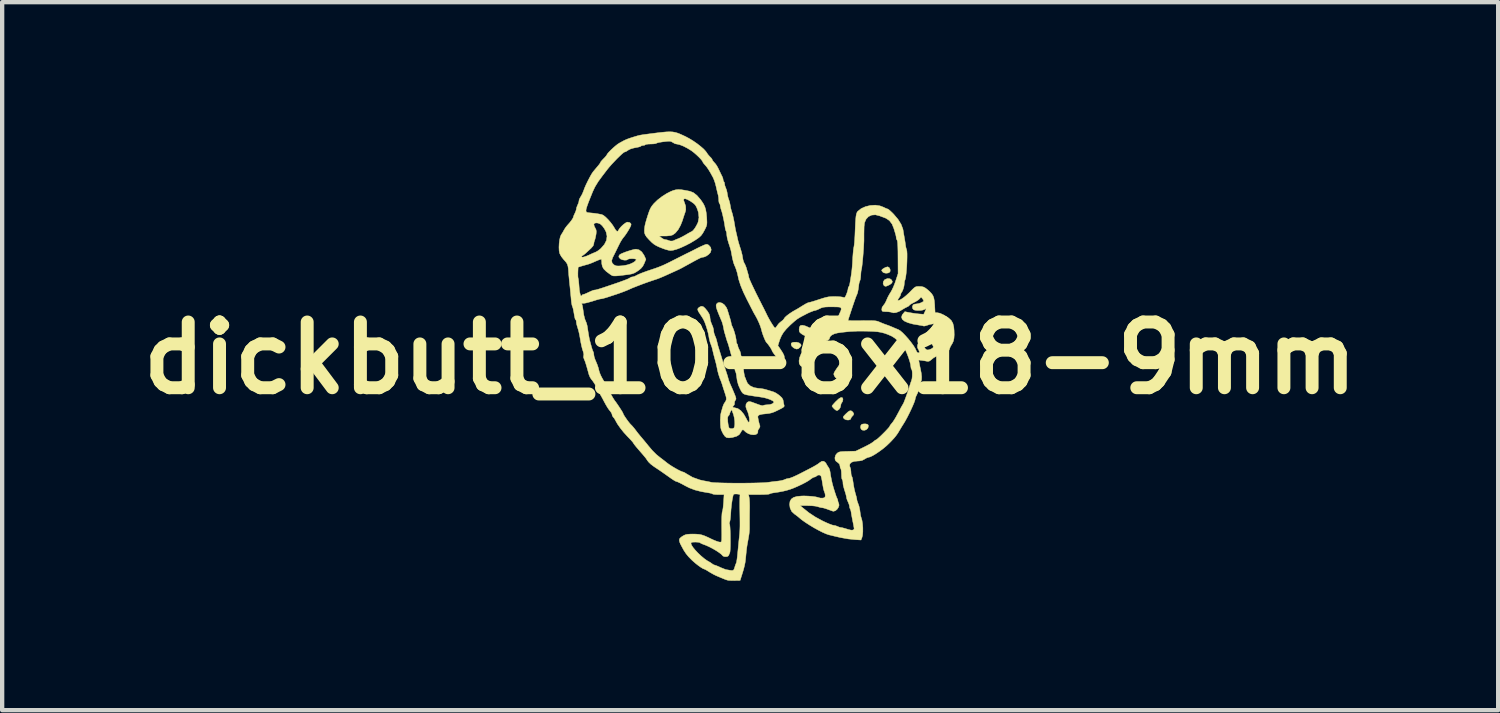
<source format=kicad_pcb>
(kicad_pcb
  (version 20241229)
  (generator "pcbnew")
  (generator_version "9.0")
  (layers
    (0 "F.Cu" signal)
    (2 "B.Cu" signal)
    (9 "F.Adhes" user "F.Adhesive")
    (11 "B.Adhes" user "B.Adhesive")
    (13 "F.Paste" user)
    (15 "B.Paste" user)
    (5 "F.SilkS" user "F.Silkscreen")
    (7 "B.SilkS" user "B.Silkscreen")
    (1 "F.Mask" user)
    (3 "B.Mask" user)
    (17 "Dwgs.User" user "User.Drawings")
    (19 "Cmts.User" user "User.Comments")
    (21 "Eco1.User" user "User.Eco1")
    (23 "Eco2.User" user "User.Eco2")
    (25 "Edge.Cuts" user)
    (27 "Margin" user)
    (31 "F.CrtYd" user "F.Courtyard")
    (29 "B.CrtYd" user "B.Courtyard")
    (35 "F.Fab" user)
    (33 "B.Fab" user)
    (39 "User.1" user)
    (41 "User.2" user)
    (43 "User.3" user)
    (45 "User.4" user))
  (footprint "dickbutt_10-6x18-9mm"
    (layer "F.Cu")
    (at 14.34 5.249)
    (property "Reference" "dickbutt_10-6x18-9mm" (at 0 0 0) (layer "F.SilkS") (effects (font (size 1.524 1.524) (thickness 0.3))))
    (attr through_hole)
    (fp_poly (pts (xy 2.67 1.527) (xy 2.714 1.535) (xy 2.735 1.552) (xy 2.74 1.572) (xy 2.732 1.618) (xy 2.702 1.654) (xy 2.658 1.675) (xy 2.611 1.675) (xy 2.577 1.656) (xy 2.559 1.618) (xy 2.562 1.572) (xy 2.581 1.542) (xy 2.613 1.53) (xy 2.661 1.527) (xy 2.67 1.527)) (stroke (width 0.01) (type solid)) (fill yes) (layer "F.SilkS"))
    (fp_poly (pts (xy 3.224 -2.094) (xy 3.244 -2.056) (xy 3.246 -2.014) (xy 3.235 -1.991) (xy 3.2 -1.971) (xy 3.149 -1.965) (xy 3.1 -1.975) (xy 3.075 -1.991) (xy 3.053 -2.019) (xy 3.048 -2.033) (xy 3.062 -2.055) (xy 3.097 -2.079) (xy 3.139 -2.101) (xy 3.178 -2.112) (xy 3.192 -2.113) (xy 3.224 -2.094)) (stroke (width 0.01) (type solid)) (fill yes) (layer "F.SilkS"))
    (fp_poly (pts (xy 3.24 -1.837) (xy 3.277 -1.811) (xy 3.297 -1.774) (xy 3.285 -1.739) (xy 3.241 -1.703) (xy 3.216 -1.69) (xy 3.165 -1.667) (xy 3.133 -1.662) (xy 3.11 -1.673) (xy 3.102 -1.68) (xy 3.082 -1.721) (xy 3.087 -1.769) (xy 3.113 -1.81) (xy 3.124 -1.818) (xy 3.184 -1.843) (xy 3.24 -1.837)) (stroke (width 0.01) (type solid)) (fill yes) (layer "F.SilkS"))
    (fp_poly (pts (xy 1.133 -0.351) (xy 1.173 -0.32) (xy 1.175 -0.317) (xy 1.182 -0.291) (xy 1.164 -0.26) (xy 1.152 -0.246) (xy 1.113 -0.214) (xy 1.074 -0.207) (xy 1.025 -0.226) (xy 1.008 -0.235) (xy 0.965 -0.274) (xy 0.951 -0.309) (xy 0.952 -0.34) (xy 0.971 -0.356) (xy 1.006 -0.365) (xy 1.073 -0.367) (xy 1.133 -0.351)) (stroke (width 0.01) (type solid)) (fill yes) (layer "F.SilkS"))
    (fp_poly (pts (xy 2.347 1.226) (xy 2.377 1.25) (xy 2.401 1.287) (xy 2.396 1.318) (xy 2.371 1.346) (xy 2.345 1.376) (xy 2.337 1.398) (xy 2.323 1.424) (xy 2.288 1.437) (xy 2.244 1.437) (xy 2.2 1.423) (xy 2.176 1.405) (xy 2.16 1.385) (xy 2.158 1.368) (xy 2.172 1.344) (xy 2.207 1.307) (xy 2.219 1.295) (xy 2.272 1.246) (xy 2.313 1.223) (xy 2.347 1.226)) (stroke (width 0.01) (type solid)) (fill yes) (layer "F.SilkS"))
    (fp_poly (pts (xy 2.148 0.94) (xy 2.151 0.963) (xy 2.142 1.006) (xy 2.125 1.033) (xy 2.106 1.065) (xy 2.1 1.103) (xy 2.088 1.149) (xy 2.061 1.19) (xy 2.025 1.216) (xy 2.01 1.219) (xy 1.984 1.208) (xy 1.95 1.18) (xy 1.942 1.172) (xy 1.913 1.139) (xy 1.897 1.116) (xy 1.897 1.114) (xy 1.907 1.097) (xy 1.936 1.063) (xy 1.977 1.018) (xy 1.986 1.009) (xy 2.049 0.95) (xy 2.098 0.919) (xy 2.131 0.915) (xy 2.148 0.94)) (stroke (width 0.01) (type solid)) (fill yes) (layer "F.SilkS"))
    (fp_poly (pts (xy 2.194 0.086) (xy 2.216 0.124) (xy 2.213 0.175) (xy 2.185 0.232) (xy 2.167 0.255) (xy 2.133 0.3) (xy 2.109 0.344) (xy 2.106 0.355) (xy 2.082 0.42) (xy 2.05 0.46) (xy 2.014 0.472) (xy 1.979 0.455) (xy 1.954 0.418) (xy 1.942 0.391) (xy 1.939 0.369) (xy 1.946 0.343) (xy 1.966 0.306) (xy 2.002 0.251) (xy 2.015 0.232) (xy 2.071 0.153) (xy 2.115 0.103) (xy 2.15 0.078) (xy 2.179 0.077) (xy 2.194 0.086)) (stroke (width 0.01) (type solid)) (fill yes) (layer "F.SilkS"))
    (fp_poly (pts (xy -1.602 -3.902) (xy -1.519 -3.889) (xy -1.411 -3.868) (xy -1.394 -3.864) (xy -1.314 -3.832) (xy -1.234 -3.769) (xy -1.151 -3.673) (xy -1.119 -3.628) (xy -1.079 -3.566) (xy -1.051 -3.506) (xy -1.031 -3.439) (xy -1.017 -3.358) (xy -1.007 -3.254) (xy -1.005 -3.215) (xy -1.002 -3.146) (xy -1.005 -3.096) (xy -1.017 -3.051) (xy -1.042 -2.996) (xy -1.055 -2.97) (xy -1.098 -2.893) (xy -1.139 -2.837) (xy -1.19 -2.79) (xy -1.261 -2.741) (xy -1.262 -2.74) (xy -1.375 -2.672) (xy -1.491 -2.611) (xy -1.602 -2.56) (xy -1.703 -2.521) (xy -1.787 -2.498) (xy -1.846 -2.491) (xy -1.891 -2.498) (xy -1.955 -2.515) (xy -2.022 -2.538) (xy -2.024 -2.539) (xy -2.112 -2.574) (xy -2.177 -2.605) (xy -2.229 -2.637) (xy -2.277 -2.676) (xy -2.329 -2.728) (xy -2.34 -2.739) (xy -2.397 -2.802) (xy -2.414 -2.828) (xy -2.108 -2.828) (xy -2.057 -2.786) (xy -2.013 -2.758) (xy -1.97 -2.744) (xy -1.964 -2.744) (xy -1.921 -2.736) (xy -1.897 -2.726) (xy -1.857 -2.713) (xy -1.81 -2.711) (xy -1.773 -2.72) (xy -1.769 -2.723) (xy -1.743 -2.736) (xy -1.7 -2.754) (xy -1.686 -2.759) (xy -1.638 -2.779) (xy -1.575 -2.81) (xy -1.508 -2.847) (xy -1.499 -2.852) (xy -1.44 -2.887) (xy -1.389 -2.915) (xy -1.356 -2.932) (xy -1.351 -2.934) (xy -1.323 -2.956) (xy -1.287 -3.001) (xy -1.251 -3.059) (xy -1.219 -3.12) (xy -1.207 -3.15) (xy -1.187 -3.255) (xy -1.199 -3.37) (xy -1.218 -3.435) (xy -1.244 -3.499) (xy -1.27 -3.544) (xy -1.305 -3.58) (xy -1.358 -3.618) (xy -1.383 -3.635) (xy -1.455 -3.675) (xy -1.506 -3.693) (xy -1.536 -3.687) (xy -1.543 -3.659) (xy -1.525 -3.609) (xy -1.523 -3.605) (xy -1.496 -3.523) (xy -1.492 -3.437) (xy -1.505 -3.383) (xy -1.517 -3.35) (xy -1.536 -3.294) (xy -1.558 -3.226) (xy -1.567 -3.194) (xy -1.613 -3.077) (xy -1.669 -2.976) (xy -1.733 -2.899) (xy -1.794 -2.854) (xy -1.849 -2.837) (xy -1.932 -2.829) (xy -1.976 -2.828) (xy -2.108 -2.828) (xy -2.414 -2.828) (xy -2.432 -2.853) (xy -2.449 -2.901) (xy -2.452 -2.956) (xy -2.449 -2.997) (xy -2.444 -3.04) (xy -2.438 -3.078) (xy -2.428 -3.119) (xy -2.414 -3.171) (xy -2.393 -3.241) (xy -2.367 -3.323) (xy -2.338 -3.407) (xy -2.311 -3.47) (xy -2.279 -3.522) (xy -2.237 -3.574) (xy -2.23 -3.582) (xy -2.148 -3.662) (xy -2.045 -3.742) (xy -1.936 -3.812) (xy -1.844 -3.859) (xy -1.782 -3.884) (xy -1.726 -3.899) (xy -1.669 -3.905) (xy -1.602 -3.902)) (stroke (width 0.01) (type solid)) (fill yes) (layer "F.SilkS"))
    (fp_poly (pts (xy -0.65 -1.272) (xy -0.596 -1.231) (xy -0.552 -1.172) (xy -0.528 -1.118) (xy -0.514 -1.07) (xy -0.494 -1.005) (xy -0.476 -0.946) (xy -0.458 -0.885) (xy -0.445 -0.835) (xy -0.44 -0.806) (xy -0.433 -0.773) (xy -0.415 -0.728) (xy -0.408 -0.715) (xy -0.383 -0.654) (xy -0.359 -0.578) (xy -0.338 -0.497) (xy -0.325 -0.426) (xy -0.322 -0.389) (xy -0.316 -0.351) (xy -0.305 -0.33) (xy -0.29 -0.306) (xy -0.288 -0.287) (xy -0.28 -0.252) (xy -0.26 -0.206) (xy -0.254 -0.195) (xy -0.232 -0.147) (xy -0.221 -0.107) (xy -0.22 -0.1) (xy -0.212 -0.055) (xy -0.204 -0.035) (xy -0.194 -0.005) (xy -0.183 0.05) (xy -0.173 0.118) (xy -0.169 0.146) (xy -0.156 0.253) (xy -0.146 0.331) (xy -0.137 0.385) (xy -0.13 0.42) (xy -0.124 0.441) (xy -0.119 0.449) (xy -0.106 0.477) (xy -0.096 0.509) (xy -0.061 0.587) (xy 0.001 0.646) (xy 0.087 0.686) (xy 0.188 0.703) (xy 0.253 0.709) (xy 0.314 0.719) (xy 0.343 0.726) (xy 0.395 0.741) (xy 0.457 0.76) (xy 0.474 0.765) (xy 0.542 0.786) (xy 0.595 0.811) (xy 0.647 0.845) (xy 0.689 0.878) (xy 0.736 0.923) (xy 0.761 0.967) (xy 0.767 0.996) (xy 0.776 1.049) (xy 0.786 1.093) (xy 0.787 1.095) (xy 0.79 1.114) (xy 0.781 1.131) (xy 0.756 1.151) (xy 0.709 1.177) (xy 0.649 1.207) (xy 0.568 1.246) (xy 0.503 1.27) (xy 0.441 1.284) (xy 0.368 1.293) (xy 0.367 1.293) (xy 0.28 1.302) (xy 0.222 1.315) (xy 0.19 1.332) (xy 0.178 1.357) (xy 0.179 1.376) (xy 0.192 1.447) (xy 0.207 1.511) (xy 0.22 1.557) (xy 0.227 1.572) (xy 0.226 1.598) (xy 0.207 1.633) (xy 0.205 1.636) (xy 0.183 1.67) (xy 0.178 1.694) (xy 0.179 1.695) (xy 0.179 1.72) (xy 0.17 1.744) (xy 0.137 1.771) (xy 0.086 1.781) (xy 0.023 1.775) (xy -0.041 1.754) (xy -0.099 1.719) (xy -0.125 1.695) (xy -0.155 1.667) (xy -0.178 1.665) (xy -0.2 1.69) (xy -0.219 1.726) (xy -0.255 1.777) (xy -0.305 1.809) (xy -0.326 1.818) (xy -0.416 1.843) (xy -0.492 1.852) (xy -0.547 1.844) (xy -0.55 1.843) (xy -0.588 1.812) (xy -0.628 1.754) (xy -0.665 1.678) (xy -0.672 1.659) (xy -0.683 1.612) (xy -0.689 1.543) (xy -0.691 1.462) (xy -0.689 1.388) (xy -0.522 1.388) (xy -0.522 1.437) (xy -0.518 1.48) (xy -0.51 1.542) (xy -0.499 1.593) (xy -0.489 1.62) (xy -0.489 1.62) (xy -0.454 1.639) (xy -0.409 1.639) (xy -0.376 1.622) (xy -0.362 1.589) (xy -0.356 1.533) (xy -0.358 1.463) (xy -0.368 1.388) (xy -0.384 1.319) (xy -0.389 1.304) (xy -0.408 1.253) (xy -0.42 1.216) (xy -0.423 1.204) (xy -0.429 1.202) (xy -0.444 1.221) (xy -0.46 1.25) (xy -0.471 1.278) (xy -0.474 1.289) (xy -0.486 1.322) (xy -0.502 1.339) (xy -0.516 1.358) (xy -0.522 1.388) (xy -0.689 1.388) (xy -0.689 1.381) (xy -0.683 1.31) (xy -0.675 1.27) (xy -0.663 1.227) (xy -0.647 1.171) (xy -0.642 1.151) (xy -0.624 1.1) (xy -0.606 1.059) (xy -0.6 1.05) (xy -0.566 1) (xy -0.552 0.956) (xy -0.557 0.904) (xy -0.573 0.85) (xy -0.597 0.776) (xy -0.623 0.697) (xy -0.634 0.66) (xy -0.652 0.603) (xy -0.669 0.554) (xy -0.677 0.533) (xy -0.706 0.461) (xy -0.734 0.374) (xy -0.756 0.289) (xy -0.763 0.254) (xy -0.775 0.194) (xy -0.792 0.121) (xy -0.804 0.076) (xy -0.832 -0.027) (xy -0.852 -0.105) (xy -0.866 -0.165) (xy -0.873 -0.195) (xy -0.885 -0.244) (xy -0.897 -0.279) (xy -0.931 -0.373) (xy -0.952 -0.46) (xy -0.958 -0.5) (xy -0.972 -0.57) (xy -0.995 -0.658) (xy -1.024 -0.75) (xy -1.054 -0.833) (xy -1.078 -0.885) (xy -1.103 -0.929) (xy -1.139 -0.985) (xy -1.162 -1.019) (xy -1.2 -1.078) (xy -1.216 -1.118) (xy -1.211 -1.148) (xy -1.185 -1.173) (xy -1.182 -1.176) (xy -1.134 -1.199) (xy -1.092 -1.193) (xy -1.048 -1.156) (xy -0.987 -1.081) (xy -0.95 -1.019) (xy -0.933 -0.962) (xy -0.931 -0.931) (xy -0.922 -0.869) (xy -0.898 -0.799) (xy -0.889 -0.779) (xy -0.864 -0.719) (xy -0.849 -0.66) (xy -0.847 -0.635) (xy -0.838 -0.576) (xy -0.818 -0.52) (xy -0.794 -0.463) (xy -0.777 -0.406) (xy -0.747 -0.285) (xy -0.714 -0.178) (xy -0.701 -0.137) (xy -0.682 -0.075) (xy -0.661 -0.007) (xy -0.659 0) (xy -0.635 0.08) (xy -0.605 0.173) (xy -0.575 0.261) (xy -0.572 0.271) (xy -0.548 0.344) (xy -0.526 0.412) (xy -0.512 0.463) (xy -0.509 0.474) (xy -0.495 0.523) (xy -0.471 0.585) (xy -0.453 0.627) (xy -0.423 0.693) (xy -0.389 0.773) (xy -0.363 0.835) (xy -0.34 0.895) (xy -0.329 0.932) (xy -0.33 0.956) (xy -0.34 0.974) (xy -0.344 0.979) (xy -0.362 1.017) (xy -0.362 1.043) (xy -0.367 1.083) (xy -0.38 1.1) (xy -0.404 1.128) (xy -0.396 1.146) (xy -0.36 1.153) (xy -0.287 1.171) (xy -0.216 1.221) (xy -0.149 1.301) (xy -0.087 1.409) (xy -0.083 1.418) (xy -0.06 1.461) (xy -0.04 1.487) (xy -0.033 1.49) (xy -0.019 1.476) (xy -0.015 1.437) (xy -0.021 1.381) (xy -0.035 1.317) (xy -0.055 1.252) (xy -0.078 1.2) (xy -0.1 1.135) (xy -0.097 1.076) (xy -0.072 1.032) (xy -0.063 1.025) (xy -0.037 1.012) (xy -0.011 1.01) (xy 0.028 1.019) (xy 0.069 1.034) (xy 0.156 1.066) (xy 0.217 1.088) (xy 0.258 1.1) (xy 0.283 1.104) (xy 0.3 1.103) (xy 0.308 1.098) (xy 0.338 1.09) (xy 0.386 1.085) (xy 0.407 1.084) (xy 0.463 1.078) (xy 0.511 1.062) (xy 0.543 1.04) (xy 0.55 1.017) (xy 0.548 1.013) (xy 0.521 0.991) (xy 0.469 0.965) (xy 0.403 0.941) (xy 0.331 0.921) (xy 0.28 0.911) (xy 0.202 0.899) (xy 0.116 0.887) (xy 0.076 0.881) (xy -0.018 0.866) (xy -0.085 0.854) (xy -0.132 0.84) (xy -0.164 0.822) (xy -0.188 0.796) (xy -0.211 0.759) (xy -0.23 0.723) (xy -0.272 0.629) (xy -0.3 0.529) (xy -0.316 0.415) (xy -0.324 0.363) (xy -0.335 0.324) (xy -0.34 0.314) (xy -0.351 0.287) (xy -0.356 0.249) (xy -0.361 0.206) (xy -0.374 0.146) (xy -0.389 0.095) (xy -0.413 0.018) (xy -0.437 -0.066) (xy -0.449 -0.11) (xy -0.477 -0.212) (xy -0.498 -0.287) (xy -0.514 -0.338) (xy -0.524 -0.364) (xy -0.537 -0.401) (xy -0.553 -0.454) (xy -0.559 -0.474) (xy -0.575 -0.531) (xy -0.59 -0.58) (xy -0.594 -0.593) (xy -0.605 -0.636) (xy -0.616 -0.693) (xy -0.619 -0.711) (xy -0.634 -0.777) (xy -0.655 -0.844) (xy -0.66 -0.855) (xy -0.709 -0.97) (xy -0.745 -1.059) (xy -0.77 -1.126) (xy -0.784 -1.175) (xy -0.789 -1.21) (xy -0.786 -1.237) (xy -0.779 -1.252) (xy -0.749 -1.28) (xy -0.705 -1.287) (xy -0.65 -1.272)) (stroke (width 0.01) (type solid)) (fill yes) (layer "F.SilkS"))
    (fp_poly (pts (xy -1.8 -5.241) (xy -1.746 -5.232) (xy -1.694 -5.218) (xy -1.64 -5.198) (xy -1.579 -5.171) (xy -1.508 -5.138) (xy -1.499 -5.134) (xy -1.413 -5.088) (xy -1.321 -5.032) (xy -1.23 -4.969) (xy -1.147 -4.904) (xy -1.077 -4.843) (xy -1.028 -4.789) (xy -1.009 -4.762) (xy -0.981 -4.72) (xy -0.941 -4.674) (xy -0.933 -4.666) (xy -0.9 -4.632) (xy -0.882 -4.605) (xy -0.881 -4.599) (xy -0.87 -4.577) (xy -0.843 -4.543) (xy -0.836 -4.536) (xy -0.802 -4.498) (xy -0.773 -4.456) (xy -0.744 -4.403) (xy -0.708 -4.328) (xy -0.703 -4.318) (xy -0.677 -4.263) (xy -0.654 -4.217) (xy -0.643 -4.195) (xy -0.629 -4.153) (xy -0.627 -4.133) (xy -0.619 -4.1) (xy -0.61 -4.089) (xy -0.597 -4.066) (xy -0.593 -4.037) (xy -0.585 -3.992) (xy -0.566 -3.943) (xy -0.566 -3.943) (xy -0.547 -3.893) (xy -0.533 -3.831) (xy -0.531 -3.812) (xy -0.52 -3.752) (xy -0.505 -3.696) (xy -0.499 -3.683) (xy -0.481 -3.628) (xy -0.468 -3.573) (xy -0.45 -3.472) (xy -0.43 -3.397) (xy -0.423 -3.378) (xy -0.41 -3.335) (xy -0.393 -3.264) (xy -0.374 -3.173) (xy -0.356 -3.068) (xy -0.347 -3.014) (xy -0.339 -2.971) (xy -0.326 -2.915) (xy -0.322 -2.896) (xy -0.306 -2.83) (xy -0.292 -2.765) (xy -0.289 -2.752) (xy -0.277 -2.703) (xy -0.257 -2.635) (xy -0.234 -2.562) (xy -0.23 -2.551) (xy -0.207 -2.475) (xy -0.187 -2.398) (xy -0.176 -2.336) (xy -0.175 -2.331) (xy -0.164 -2.271) (xy -0.147 -2.219) (xy -0.137 -2.201) (xy -0.115 -2.158) (xy -0.093 -2.102) (xy -0.087 -2.083) (xy -0.07 -2.023) (xy -0.054 -1.968) (xy -0.05 -1.955) (xy -0.038 -1.912) (xy -0.034 -1.882) (xy -0.026 -1.854) (xy -0.004 -1.799) (xy 0.032 -1.719) (xy 0.08 -1.618) (xy 0.138 -1.498) (xy 0.206 -1.363) (xy 0.279 -1.219) (xy 0.314 -1.151) (xy 0.344 -1.09) (xy 0.366 -1.046) (xy 0.372 -1.033) (xy 0.401 -0.973) (xy 0.437 -0.906) (xy 0.476 -0.838) (xy 0.514 -0.777) (xy 0.546 -0.729) (xy 0.57 -0.7) (xy 0.578 -0.694) (xy 0.596 -0.708) (xy 0.621 -0.741) (xy 0.628 -0.753) (xy 0.667 -0.802) (xy 0.716 -0.844) (xy 0.72 -0.847) (xy 0.76 -0.878) (xy 0.785 -0.909) (xy 0.787 -0.914) (xy 0.808 -0.943) (xy 0.851 -0.982) (xy 0.911 -1.027) (xy 0.979 -1.072) (xy 1.027 -1.1) (xy 1.076 -1.127) (xy 1.117 -1.151) (xy 1.125 -1.156) (xy 1.22 -1.215) (xy 1.289 -1.256) (xy 1.336 -1.279) (xy 1.362 -1.287) (xy 1.363 -1.287) (xy 1.388 -1.292) (xy 1.438 -1.306) (xy 1.507 -1.327) (xy 1.586 -1.353) (xy 1.596 -1.356) (xy 1.689 -1.386) (xy 1.76 -1.406) (xy 1.82 -1.418) (xy 1.879 -1.423) (xy 1.948 -1.425) (xy 1.956 -1.425) (xy 2.03 -1.423) (xy 2.096 -1.418) (xy 2.142 -1.411) (xy 2.152 -1.408) (xy 2.178 -1.401) (xy 2.196 -1.407) (xy 2.213 -1.434) (xy 2.233 -1.479) (xy 2.253 -1.535) (xy 2.266 -1.583) (xy 2.269 -1.604) (xy 2.275 -1.637) (xy 2.284 -1.65) (xy 2.297 -1.671) (xy 2.308 -1.712) (xy 2.31 -1.723) (xy 2.33 -1.842) (xy 2.345 -1.938) (xy 2.356 -2.021) (xy 2.364 -2.102) (xy 2.371 -2.191) (xy 2.377 -2.299) (xy 2.379 -2.337) (xy 2.385 -2.418) (xy 2.392 -2.493) (xy 2.4 -2.551) (xy 2.405 -2.574) (xy 2.411 -2.612) (xy 2.418 -2.676) (xy 2.424 -2.758) (xy 2.429 -2.85) (xy 2.43 -2.879) (xy 2.436 -3.02) (xy 2.441 -3.132) (xy 2.447 -3.218) (xy 2.453 -3.282) (xy 2.461 -3.328) (xy 2.471 -3.361) (xy 2.482 -3.385) (xy 2.495 -3.401) (xy 2.574 -3.464) (xy 2.674 -3.509) (xy 2.785 -3.536) (xy 2.9 -3.543) (xy 3.008 -3.527) (xy 3.083 -3.499) (xy 3.134 -3.475) (xy 3.174 -3.458) (xy 3.19 -3.454) (xy 3.209 -3.443) (xy 3.246 -3.412) (xy 3.294 -3.367) (xy 3.328 -3.332) (xy 3.427 -3.215) (xy 3.498 -3.101) (xy 3.54 -2.991) (xy 3.547 -2.955) (xy 3.556 -2.897) (xy 3.568 -2.828) (xy 3.574 -2.794) (xy 3.586 -2.724) (xy 3.597 -2.653) (xy 3.6 -2.625) (xy 3.609 -2.57) (xy 3.621 -2.524) (xy 3.626 -2.514) (xy 3.633 -2.479) (xy 3.637 -2.419) (xy 3.637 -2.338) (xy 3.635 -2.244) (xy 3.631 -2.145) (xy 3.624 -2.047) (xy 3.616 -1.957) (xy 3.606 -1.881) (xy 3.595 -1.828) (xy 3.589 -1.809) (xy 3.577 -1.772) (xy 3.573 -1.724) (xy 3.566 -1.666) (xy 3.549 -1.603) (xy 3.527 -1.548) (xy 3.508 -1.52) (xy 3.49 -1.486) (xy 3.488 -1.472) (xy 3.478 -1.439) (xy 3.454 -1.401) (xy 3.427 -1.36) (xy 3.422 -1.337) (xy 3.437 -1.333) (xy 3.467 -1.343) (xy 3.511 -1.368) (xy 3.563 -1.404) (xy 3.62 -1.451) (xy 3.68 -1.506) (xy 3.705 -1.531) (xy 3.76 -1.588) (xy 3.8 -1.625) (xy 3.83 -1.646) (xy 3.858 -1.656) (xy 3.891 -1.659) (xy 3.917 -1.659) (xy 3.975 -1.656) (xy 4.022 -1.644) (xy 4.067 -1.619) (xy 4.12 -1.577) (xy 4.158 -1.543) (xy 4.203 -1.496) (xy 4.236 -1.448) (xy 4.257 -1.393) (xy 4.27 -1.322) (xy 4.278 -1.227) (xy 4.279 -1.198) (xy 4.287 -1.05) (xy 4.337 -1.05) (xy 4.399 -1.038) (xy 4.477 -1.003) (xy 4.568 -0.949) (xy 4.606 -0.922) (xy 4.662 -0.87) (xy 4.699 -0.805) (xy 4.72 -0.719) (xy 4.727 -0.643) (xy 4.73 -0.537) (xy 4.725 -0.457) (xy 4.712 -0.395) (xy 4.69 -0.345) (xy 4.68 -0.328) (xy 4.648 -0.275) (xy 4.624 -0.222) (xy 4.62 -0.208) (xy 4.593 -0.147) (xy 4.552 -0.113) (xy 4.489 -0.102) (xy 4.48 -0.102) (xy 4.396 -0.086) (xy 4.345 -0.059) (xy 4.305 -0.034) (xy 4.278 -0.019) (xy 4.273 -0.017) (xy 4.256 -0.007) (xy 4.223 0.019) (xy 4.204 0.035) (xy 4.16 0.069) (xy 4.125 0.079) (xy 4.1 0.076) (xy 4.054 0.067) (xy 3.996 0.058) (xy 3.981 0.056) (xy 3.907 0.047) (xy 3.917 0.104) (xy 3.927 0.156) (xy 3.94 0.22) (xy 3.946 0.246) (xy 3.966 0.349) (xy 3.975 0.436) (xy 3.973 0.502) (xy 3.965 0.531) (xy 3.954 0.558) (xy 3.943 0.594) (xy 3.931 0.646) (xy 3.917 0.719) (xy 3.902 0.765) (xy 3.877 0.821) (xy 3.867 0.841) (xy 3.843 0.891) (xy 3.829 0.934) (xy 3.827 0.947) (xy 3.819 0.981) (xy 3.798 1.039) (xy 3.767 1.113) (xy 3.728 1.199) (xy 3.685 1.288) (xy 3.641 1.375) (xy 3.598 1.454) (xy 3.56 1.518) (xy 3.556 1.524) (xy 3.516 1.587) (xy 3.476 1.654) (xy 3.463 1.676) (xy 3.424 1.741) (xy 3.383 1.799) (xy 3.335 1.858) (xy 3.271 1.927) (xy 3.23 1.969) (xy 3.161 2.035) (xy 3.082 2.101) (xy 2.998 2.163) (xy 2.916 2.219) (xy 2.841 2.264) (xy 2.779 2.293) (xy 2.738 2.303) (xy 2.71 2.312) (xy 2.668 2.334) (xy 2.652 2.345) (xy 2.596 2.374) (xy 2.535 2.386) (xy 2.498 2.388) (xy 2.411 2.396) (xy 2.348 2.418) (xy 2.312 2.454) (xy 2.305 2.501) (xy 2.318 2.537) (xy 2.33 2.576) (xy 2.336 2.629) (xy 2.337 2.646) (xy 2.34 2.695) (xy 2.348 2.729) (xy 2.352 2.736) (xy 2.364 2.762) (xy 2.375 2.806) (xy 2.377 2.819) (xy 2.396 2.944) (xy 2.414 3.043) (xy 2.434 3.122) (xy 2.444 3.158) (xy 2.46 3.213) (xy 2.47 3.258) (xy 2.472 3.274) (xy 2.479 3.311) (xy 2.495 3.357) (xy 2.496 3.359) (xy 2.524 3.437) (xy 2.543 3.529) (xy 2.551 3.59) (xy 2.559 3.645) (xy 2.57 3.69) (xy 2.574 3.7) (xy 2.592 3.762) (xy 2.605 3.845) (xy 2.612 3.937) (xy 2.612 4.029) (xy 2.605 4.109) (xy 2.591 4.165) (xy 2.569 4.219) (xy 2.44 4.211) (xy 2.272 4.194) (xy 2.098 4.163) (xy 1.998 4.14) (xy 1.93 4.124) (xy 1.867 4.108) (xy 1.829 4.1) (xy 1.764 4.078) (xy 1.679 4.041) (xy 1.581 3.991) (xy 1.476 3.933) (xy 1.372 3.87) (xy 1.275 3.807) (xy 1.192 3.748) (xy 1.154 3.716) (xy 1.103 3.673) (xy 1.054 3.636) (xy 1.028 3.618) (xy 0.964 3.559) (xy 0.926 3.479) (xy 0.914 3.394) (xy 0.924 3.323) (xy 0.954 3.27) (xy 1.007 3.232) (xy 1.086 3.209) (xy 1.193 3.199) (xy 1.253 3.198) (xy 1.346 3.201) (xy 1.436 3.208) (xy 1.512 3.218) (xy 1.568 3.23) (xy 1.585 3.236) (xy 1.626 3.247) (xy 1.677 3.248) (xy 1.678 3.248) (xy 1.718 3.24) (xy 1.736 3.22) (xy 1.741 3.197) (xy 1.737 3.149) (xy 1.722 3.104) (xy 1.708 3.066) (xy 1.694 3.005) (xy 1.681 2.932) (xy 1.676 2.904) (xy 1.665 2.834) (xy 1.653 2.776) (xy 1.642 2.738) (xy 1.638 2.731) (xy 1.604 2.711) (xy 1.564 2.717) (xy 1.541 2.735) (xy 1.508 2.756) (xy 1.489 2.76) (xy 1.457 2.771) (xy 1.416 2.798) (xy 1.401 2.809) (xy 1.354 2.843) (xy 1.284 2.884) (xy 1.197 2.929) (xy 1.103 2.973) (xy 1.008 3.014) (xy 0.922 3.046) (xy 0.914 3.048) (xy 0.841 3.07) (xy 0.761 3.089) (xy 0.666 3.107) (xy 0.547 3.125) (xy 0.533 3.127) (xy 0.486 3.136) (xy 0.454 3.148) (xy 0.45 3.151) (xy 0.428 3.157) (xy 0.378 3.161) (xy 0.309 3.165) (xy 0.225 3.166) (xy 0.198 3.167) (xy -0.038 3.167) (xy -0.024 3.23) (xy -0.018 3.275) (xy -0.014 3.343) (xy -0.012 3.421) (xy -0.012 3.459) (xy -0.014 3.602) (xy -0.015 3.724) (xy -0.015 3.836) (xy -0.015 3.916) (xy -0.015 3.967) (xy -0.019 4.019) (xy -0.025 4.079) (xy -0.037 4.153) (xy -0.054 4.25) (xy -0.068 4.326) (xy -0.078 4.39) (xy -0.088 4.473) (xy -0.097 4.562) (xy -0.1 4.597) (xy -0.108 4.676) (xy -0.117 4.744) (xy -0.131 4.813) (xy -0.15 4.889) (xy -0.178 4.983) (xy -0.201 5.055) (xy -0.233 5.156) (xy -0.349 5.158) (xy -0.415 5.159) (xy -0.473 5.157) (xy -0.508 5.154) (xy -0.533 5.148) (xy -0.568 5.137) (xy -0.616 5.118) (xy -0.683 5.09) (xy -0.775 5.051) (xy -0.796 5.042) (xy -0.854 5.013) (xy -0.921 4.975) (xy -0.96 4.951) (xy -1.008 4.921) (xy -1.046 4.9) (xy -1.063 4.894) (xy -1.092 4.883) (xy -1.14 4.854) (xy -1.2 4.812) (xy -1.265 4.761) (xy -1.328 4.706) (xy -1.352 4.684) (xy -1.427 4.608) (xy -1.486 4.536) (xy -1.539 4.456) (xy -1.592 4.358) (xy -1.604 4.336) (xy -1.62 4.299) (xy -1.372 4.299) (xy -1.359 4.338) (xy -1.324 4.392) (xy -1.272 4.455) (xy -1.209 4.522) (xy -1.139 4.588) (xy -1.068 4.648) (xy -1.001 4.696) (xy -0.966 4.716) (xy -0.921 4.742) (xy -0.888 4.766) (xy -0.884 4.769) (xy -0.851 4.791) (xy -0.816 4.803) (xy -0.775 4.817) (xy -0.719 4.841) (xy -0.686 4.857) (xy -0.565 4.905) (xy -0.444 4.925) (xy -0.431 4.926) (xy -0.4 4.924) (xy -0.38 4.91) (xy -0.365 4.875) (xy -0.357 4.847) (xy -0.341 4.797) (xy -0.326 4.76) (xy -0.321 4.75) (xy -0.315 4.727) (xy -0.307 4.678) (xy -0.298 4.61) (xy -0.29 4.53) (xy -0.28 4.428) (xy -0.269 4.316) (xy -0.259 4.212) (xy -0.253 4.157) (xy -0.246 4.09) (xy -0.241 4.029) (xy -0.238 3.967) (xy -0.236 3.897) (xy -0.236 3.813) (xy -0.237 3.708) (xy -0.239 3.581) (xy -0.241 3.449) (xy -0.241 3.341) (xy -0.24 3.259) (xy -0.238 3.207) (xy -0.236 3.192) (xy -0.236 3.171) (xy -0.252 3.16) (xy -0.293 3.154) (xy -0.307 3.153) (xy -0.355 3.152) (xy -0.38 3.159) (xy -0.393 3.179) (xy -0.397 3.195) (xy -0.415 3.282) (xy -0.431 3.391) (xy -0.444 3.514) (xy -0.451 3.624) (xy -0.457 3.696) (xy -0.464 3.756) (xy -0.473 3.796) (xy -0.477 3.806) (xy -0.485 3.835) (xy -0.478 3.848) (xy -0.472 3.872) (xy -0.467 3.924) (xy -0.463 3.996) (xy -0.46 4.082) (xy -0.459 4.175) (xy -0.458 4.268) (xy -0.459 4.356) (xy -0.462 4.43) (xy -0.466 4.486) (xy -0.472 4.515) (xy -0.472 4.516) (xy -0.491 4.557) (xy -0.498 4.576) (xy -0.519 4.597) (xy -0.559 4.606) (xy -0.602 4.603) (xy -0.634 4.588) (xy -0.638 4.582) (xy -0.667 4.551) (xy -0.719 4.511) (xy -0.788 4.465) (xy -0.867 4.419) (xy -0.948 4.377) (xy -1.025 4.342) (xy -1.07 4.326) (xy -1.118 4.307) (xy -1.152 4.29) (xy -1.161 4.283) (xy -1.182 4.274) (xy -1.226 4.269) (xy -1.271 4.267) (xy -1.328 4.269) (xy -1.358 4.274) (xy -1.37 4.287) (xy -1.372 4.299) (xy -1.62 4.299) (xy -1.635 4.267) (xy -1.644 4.218) (xy -1.63 4.18) (xy -1.59 4.146) (xy -1.548 4.119) (xy -1.508 4.1) (xy -1.464 4.088) (xy -1.407 4.083) (xy -1.33 4.081) (xy -1.248 4.083) (xy -1.18 4.089) (xy -1.118 4.102) (xy -1.052 4.125) (xy -0.973 4.16) (xy -0.906 4.193) (xy -0.836 4.225) (xy -0.772 4.25) (xy -0.724 4.265) (xy -0.707 4.267) (xy -0.691 4.268) (xy -0.678 4.267) (xy -0.67 4.26) (xy -0.664 4.244) (xy -0.66 4.214) (xy -0.659 4.166) (xy -0.658 4.095) (xy -0.659 3.999) (xy -0.66 3.892) (xy -0.66 3.78) (xy -0.658 3.686) (xy -0.654 3.615) (xy -0.649 3.57) (xy -0.645 3.56) (xy -0.637 3.53) (xy -0.628 3.475) (xy -0.621 3.403) (xy -0.616 3.347) (xy -0.605 3.167) (xy -0.731 3.167) (xy -0.794 3.165) (xy -0.844 3.16) (xy -0.872 3.152) (xy -0.873 3.151) (xy -0.899 3.139) (xy -0.944 3.129) (xy -0.957 3.127) (xy -1.132 3.097) (xy -1.281 3.059) (xy -1.411 3.01) (xy -1.507 2.961) (xy -1.58 2.921) (xy -1.644 2.889) (xy -1.691 2.868) (xy -1.714 2.862) (xy -1.737 2.852) (xy -1.779 2.827) (xy -1.833 2.791) (xy -1.854 2.776) (xy -1.96 2.701) (xy -2.044 2.642) (xy -2.105 2.6) (xy -2.132 2.582) (xy -2.231 2.516) (xy -2.305 2.46) (xy -2.357 2.409) (xy -2.393 2.361) (xy -2.398 2.351) (xy -2.416 2.325) (xy -2.45 2.283) (xy -2.492 2.233) (xy -2.492 2.233) (xy -2.579 2.133) (xy -2.644 2.057) (xy -2.686 2.004) (xy -2.707 1.974) (xy -2.709 1.967) (xy -2.721 1.951) (xy -2.751 1.916) (xy -2.796 1.868) (xy -2.846 1.816) (xy -2.931 1.723) (xy -3.009 1.625) (xy -3.076 1.53) (xy -3.123 1.447) (xy -3.131 1.43) (xy -3.156 1.391) (xy -3.173 1.373) (xy -3.196 1.338) (xy -3.2 1.316) (xy -3.212 1.279) (xy -3.237 1.241) (xy -3.269 1.203) (xy -3.305 1.151) (xy -3.347 1.08) (xy -3.399 0.984) (xy -3.421 0.941) (xy -3.456 0.878) (xy -3.487 0.825) (xy -3.51 0.79) (xy -3.515 0.783) (xy -3.536 0.749) (xy -3.539 0.73) (xy -3.549 0.699) (xy -3.574 0.65) (xy -3.609 0.592) (xy -3.649 0.533) (xy -3.683 0.491) (xy -3.712 0.446) (xy -3.735 0.39) (xy -3.738 0.381) (xy -3.768 0.273) (xy -3.791 0.192) (xy -3.809 0.132) (xy -3.823 0.089) (xy -3.836 0.056) (xy -3.846 0.034) (xy -3.864 -0.019) (xy -3.86 -0.052) (xy -3.856 -0.088) (xy -3.869 -0.144) (xy -3.873 -0.154) (xy -3.892 -0.214) (xy -3.909 -0.283) (xy -3.927 -0.369) (xy -3.946 -0.48) (xy -3.946 -0.482) (xy -3.959 -0.549) (xy -3.973 -0.612) (xy -3.981 -0.643) (xy -4.004 -0.719) (xy -4.019 -0.77) (xy -4.026 -0.804) (xy -4.03 -0.828) (xy -4.03 -0.843) (xy -4.036 -0.876) (xy -4.045 -0.888) (xy -4.053 -0.895) (xy -4.059 -0.91) (xy -4.066 -0.939) (xy -4.076 -0.987) (xy -4.088 -1.061) (xy -4.094 -1.092) (xy -4.105 -1.147) (xy -4.118 -1.189) (xy -4.124 -1.202) (xy -4.132 -1.23) (xy -4.141 -1.282) (xy -4.149 -1.35) (xy -4.152 -1.389) (xy -4.161 -1.484) (xy -4.171 -1.59) (xy -4.181 -1.687) (xy -4.183 -1.702) (xy -4.192 -1.791) (xy -4.201 -1.887) (xy -4.205 -1.927) (xy -3.994 -1.927) (xy -3.992 -1.876) (xy -3.987 -1.847) (xy -3.981 -1.819) (xy -3.975 -1.766) (xy -3.969 -1.699) (xy -3.967 -1.67) (xy -3.961 -1.59) (xy -3.95 -1.521) (xy -3.938 -1.47) (xy -3.925 -1.44) (xy -3.912 -1.436) (xy -3.906 -1.446) (xy -3.884 -1.47) (xy -3.869 -1.473) (xy -3.841 -1.48) (xy -3.794 -1.5) (xy -3.742 -1.524) (xy -3.686 -1.55) (xy -3.638 -1.569) (xy -3.612 -1.575) (xy -3.588 -1.577) (xy -3.55 -1.586) (xy -3.495 -1.602) (xy -3.417 -1.627) (xy -3.319 -1.66) (xy -3.165 -1.712) (xy -3.04 -1.755) (xy -2.944 -1.79) (xy -2.872 -1.817) (xy -2.825 -1.837) (xy -2.798 -1.852) (xy -2.793 -1.855) (xy -2.754 -1.876) (xy -2.729 -1.88) (xy -2.691 -1.888) (xy -2.643 -1.91) (xy -2.629 -1.918) (xy -2.589 -1.938) (xy -2.525 -1.965) (xy -2.445 -1.995) (xy -2.358 -2.026) (xy -2.345 -2.03) (xy -2.258 -2.059) (xy -2.187 -2.083) (xy -2.127 -2.105) (xy -2.071 -2.127) (xy -2.014 -2.151) (xy -1.95 -2.181) (xy -1.874 -2.218) (xy -1.779 -2.266) (xy -1.661 -2.326) (xy -1.651 -2.331) (xy -1.575 -2.369) (xy -1.498 -2.408) (xy -1.433 -2.44) (xy -1.422 -2.445) (xy -1.351 -2.48) (xy -1.273 -2.52) (xy -1.236 -2.539) (xy -1.172 -2.571) (xy -1.106 -2.601) (xy -1.073 -2.616) (xy -1.028 -2.633) (xy -1 -2.636) (xy -0.975 -2.625) (xy -0.959 -2.614) (xy -0.917 -2.566) (xy -0.903 -2.508) (xy -0.919 -2.451) (xy -0.922 -2.445) (xy -0.963 -2.401) (xy -1.017 -2.363) (xy -1.072 -2.34) (xy -1.095 -2.337) (xy -1.113 -2.334) (xy -1.14 -2.326) (xy -1.177 -2.309) (xy -1.23 -2.282) (xy -1.303 -2.243) (xy -1.399 -2.19) (xy -1.448 -2.163) (xy -1.523 -2.122) (xy -1.581 -2.09) (xy -1.631 -2.064) (xy -1.684 -2.039) (xy -1.749 -2.009) (xy -1.829 -1.973) (xy -1.926 -1.929) (xy -1.999 -1.896) (xy -2.056 -1.872) (xy -2.102 -1.853) (xy -2.145 -1.836) (xy -2.193 -1.82) (xy -2.251 -1.801) (xy -2.269 -1.795) (xy -2.38 -1.757) (xy -2.501 -1.713) (xy -2.621 -1.667) (xy -2.73 -1.624) (xy -2.802 -1.592) (xy -2.857 -1.568) (xy -2.907 -1.548) (xy -2.959 -1.528) (xy -3.022 -1.505) (xy -3.103 -1.477) (xy -3.195 -1.447) (xy -3.279 -1.419) (xy -3.353 -1.396) (xy -3.411 -1.38) (xy -3.446 -1.372) (xy -3.451 -1.372) (xy -3.486 -1.367) (xy -3.536 -1.354) (xy -3.557 -1.348) (xy -3.665 -1.314) (xy -3.746 -1.291) (xy -3.805 -1.276) (xy -3.845 -1.269) (xy -3.872 -1.268) (xy -3.875 -1.268) (xy -3.903 -1.267) (xy -3.902 -1.252) (xy -3.901 -1.25) (xy -3.892 -1.222) (xy -3.882 -1.172) (xy -3.875 -1.126) (xy -3.856 -0.995) (xy -3.831 -0.898) (xy -3.81 -0.847) (xy -3.793 -0.805) (xy -3.778 -0.747) (xy -3.773 -0.715) (xy -3.757 -0.611) (xy -3.744 -0.533) (xy -3.734 -0.476) (xy -3.725 -0.431) (xy -3.715 -0.392) (xy -3.71 -0.373) (xy -3.692 -0.308) (xy -3.674 -0.242) (xy -3.67 -0.229) (xy -3.655 -0.182) (xy -3.641 -0.15) (xy -3.638 -0.145) (xy -3.628 -0.118) (xy -3.624 -0.075) (xy -3.624 -0.075) (xy -3.617 -0.032) (xy -3.598 0.028) (xy -3.572 0.089) (xy -3.543 0.159) (xy -3.519 0.231) (xy -3.507 0.282) (xy -3.49 0.341) (xy -3.461 0.41) (xy -3.432 0.466) (xy -3.399 0.523) (xy -3.357 0.599) (xy -3.311 0.685) (xy -3.275 0.754) (xy -3.234 0.831) (xy -3.194 0.902) (xy -3.16 0.958) (xy -3.138 0.991) (xy -3.108 1.03) (xy -3.072 1.082) (xy -3.033 1.14) (xy -2.996 1.197) (xy -2.966 1.245) (xy -2.949 1.277) (xy -2.946 1.285) (xy -2.937 1.308) (xy -2.912 1.35) (xy -2.877 1.402) (xy -2.838 1.457) (xy -2.801 1.504) (xy -2.772 1.538) (xy -2.768 1.541) (xy -2.733 1.577) (xy -2.689 1.629) (xy -2.654 1.674) (xy -2.605 1.739) (xy -2.547 1.81) (xy -2.508 1.856) (xy -2.455 1.919) (xy -2.398 1.988) (xy -2.362 2.033) (xy -2.269 2.143) (xy -2.174 2.238) (xy -2.089 2.307) (xy -2.041 2.343) (xy -1.98 2.39) (xy -1.93 2.43) (xy -1.881 2.466) (xy -1.817 2.508) (xy -1.747 2.55) (xy -1.678 2.589) (xy -1.618 2.619) (xy -1.573 2.638) (xy -1.557 2.642) (xy -1.531 2.651) (xy -1.493 2.673) (xy -1.487 2.678) (xy -1.335 2.766) (xy -1.168 2.826) (xy -1.079 2.846) (xy -1.006 2.859) (xy -0.929 2.875) (xy -0.906 2.881) (xy -0.865 2.887) (xy -0.795 2.891) (xy -0.701 2.895) (xy -0.589 2.898) (xy -0.464 2.9) (xy -0.329 2.901) (xy -0.192 2.901) (xy -0.056 2.9) (xy 0.073 2.898) (xy 0.19 2.895) (xy 0.29 2.892) (xy 0.368 2.887) (xy 0.415 2.882) (xy 0.496 2.871) (xy 0.584 2.86) (xy 0.641 2.854) (xy 0.707 2.845) (xy 0.765 2.831) (xy 0.797 2.819) (xy 0.842 2.801) (xy 0.879 2.794) (xy 0.923 2.785) (xy 0.992 2.759) (xy 1.086 2.716) (xy 1.168 2.675) (xy 1.296 2.609) (xy 1.397 2.557) (xy 1.475 2.515) (xy 1.532 2.482) (xy 1.573 2.456) (xy 1.601 2.435) (xy 1.611 2.427) (xy 1.662 2.394) (xy 1.709 2.395) (xy 1.749 2.428) (xy 1.764 2.452) (xy 1.79 2.498) (xy 1.815 2.535) (xy 1.817 2.537) (xy 1.836 2.572) (xy 1.85 2.622) (xy 1.852 2.633) (xy 1.866 2.725) (xy 1.885 2.823) (xy 1.904 2.91) (xy 1.909 2.929) (xy 1.93 3.004) (xy 1.954 3.082) (xy 1.977 3.153) (xy 1.997 3.212) (xy 2.013 3.25) (xy 2.018 3.259) (xy 2.03 3.289) (xy 2.032 3.306) (xy 2.041 3.345) (xy 2.052 3.368) (xy 2.061 3.411) (xy 2.047 3.459) (xy 2.017 3.505) (xy 1.977 3.54) (xy 1.934 3.553) (xy 1.918 3.551) (xy 1.886 3.54) (xy 1.836 3.522) (xy 1.795 3.507) (xy 1.738 3.487) (xy 1.69 3.474) (xy 1.668 3.471) (xy 1.631 3.465) (xy 1.58 3.451) (xy 1.566 3.446) (xy 1.509 3.433) (xy 1.426 3.425) (xy 1.329 3.422) (xy 1.16 3.422) (xy 1.213 3.468) (xy 1.36 3.586) (xy 1.508 3.684) (xy 1.673 3.774) (xy 1.681 3.778) (xy 1.76 3.815) (xy 1.832 3.846) (xy 1.89 3.868) (xy 1.925 3.878) (xy 1.928 3.878) (xy 1.976 3.886) (xy 2.021 3.903) (xy 2.064 3.921) (xy 2.096 3.929) (xy 2.134 3.934) (xy 2.197 3.951) (xy 2.278 3.976) (xy 2.341 3.991) (xy 2.386 3.988) (xy 2.408 3.968) (xy 2.41 3.954) (xy 2.405 3.922) (xy 2.395 3.867) (xy 2.382 3.801) (xy 2.378 3.785) (xy 2.364 3.71) (xy 2.351 3.64) (xy 2.342 3.587) (xy 2.342 3.581) (xy 2.333 3.534) (xy 2.321 3.502) (xy 2.318 3.498) (xy 2.306 3.469) (xy 2.303 3.442) (xy 2.295 3.402) (xy 2.276 3.351) (xy 2.269 3.336) (xy 2.248 3.288) (xy 2.236 3.25) (xy 2.235 3.241) (xy 2.23 3.21) (xy 2.218 3.16) (xy 2.208 3.126) (xy 2.182 3.044) (xy 2.166 2.985) (xy 2.156 2.944) (xy 2.152 2.912) (xy 2.151 2.883) (xy 2.146 2.842) (xy 2.134 2.819) (xy 2.134 2.819) (xy 2.125 2.798) (xy 2.119 2.753) (xy 2.117 2.694) (xy 2.117 2.692) (xy 2.114 2.633) (xy 2.108 2.587) (xy 2.1 2.566) (xy 2.1 2.565) (xy 2.087 2.542) (xy 2.083 2.506) (xy 2.071 2.459) (xy 2.036 2.426) (xy 1.992 2.394) (xy 1.971 2.364) (xy 1.965 2.321) (xy 1.965 2.31) (xy 1.981 2.252) (xy 2.011 2.214) (xy 2.033 2.195) (xy 2.057 2.182) (xy 2.089 2.174) (xy 2.137 2.169) (xy 2.209 2.166) (xy 2.252 2.165) (xy 2.447 2.159) (xy 2.637 2.067) (xy 2.714 2.028) (xy 2.783 1.991) (xy 2.835 1.958) (xy 2.864 1.936) (xy 2.896 1.908) (xy 2.92 1.897) (xy 2.92 1.897) (xy 2.939 1.885) (xy 2.974 1.855) (xy 3.022 1.811) (xy 3.075 1.759) (xy 3.129 1.705) (xy 3.176 1.655) (xy 3.213 1.614) (xy 3.233 1.589) (xy 3.234 1.584) (xy 3.245 1.562) (xy 3.27 1.53) (xy 3.271 1.529) (xy 3.303 1.49) (xy 3.339 1.437) (xy 3.382 1.365) (xy 3.434 1.269) (xy 3.456 1.228) (xy 3.489 1.164) (xy 3.519 1.111) (xy 3.539 1.077) (xy 3.544 1.069) (xy 3.558 1.043) (xy 3.579 0.99) (xy 3.607 0.915) (xy 3.64 0.823) (xy 3.674 0.719) (xy 3.702 0.635) (xy 3.72 0.578) (xy 3.738 0.529) (xy 3.744 0.511) (xy 3.753 0.472) (xy 3.758 0.417) (xy 3.759 0.358) (xy 3.755 0.305) (xy 3.748 0.27) (xy 3.742 0.262) (xy 3.73 0.24) (xy 3.725 0.201) (xy 3.719 0.153) (xy 3.701 0.083) (xy 3.675 0.001) (xy 3.644 -0.083) (xy 3.61 -0.161) (xy 3.597 -0.188) (xy 3.554 -0.257) (xy 3.492 -0.331) (xy 3.421 -0.403) (xy 3.349 -0.464) (xy 3.285 -0.505) (xy 3.28 -0.507) (xy 3.192 -0.546) (xy 3.114 -0.574) (xy 3.037 -0.594) (xy 2.954 -0.608) (xy 2.856 -0.616) (xy 2.734 -0.621) (xy 2.701 -0.622) (xy 2.492 -0.623) (xy 2.305 -0.614) (xy 2.126 -0.595) (xy 2.023 -0.58) (xy 1.955 -0.562) (xy 1.897 -0.535) (xy 1.859 -0.503) (xy 1.846 -0.475) (xy 1.83 -0.434) (xy 1.789 -0.403) (xy 1.734 -0.39) (xy 1.729 -0.389) (xy 1.694 -0.386) (xy 1.661 -0.371) (xy 1.621 -0.34) (xy 1.571 -0.293) (xy 1.526 -0.245) (xy 1.491 -0.206) (xy 1.474 -0.181) (xy 1.473 -0.177) (xy 1.462 -0.154) (xy 1.434 -0.122) (xy 1.431 -0.119) (xy 1.402 -0.087) (xy 1.389 -0.063) (xy 1.389 -0.062) (xy 1.38 -0.028) (xy 1.357 0.022) (xy 1.327 0.078) (xy 1.295 0.128) (xy 1.273 0.157) (xy 1.235 0.192) (xy 1.207 0.201) (xy 1.177 0.185) (xy 1.165 0.175) (xy 1.138 0.129) (xy 1.133 0.065) (xy 1.147 -0.011) (xy 1.18 -0.093) (xy 1.229 -0.173) (xy 1.278 -0.232) (xy 1.313 -0.269) (xy 1.334 -0.298) (xy 1.338 -0.306) (xy 1.348 -0.326) (xy 1.373 -0.36) (xy 1.383 -0.373) (xy 1.429 -0.428) (xy 1.39 -0.46) (xy 1.345 -0.487) (xy 1.306 -0.502) (xy 1.264 -0.518) (xy 1.213 -0.545) (xy 1.198 -0.555) (xy 1.157 -0.587) (xy 1.139 -0.618) (xy 1.135 -0.659) (xy 1.142 -0.717) (xy 1.165 -0.751) (xy 1.207 -0.76) (xy 1.27 -0.747) (xy 1.355 -0.711) (xy 1.372 -0.703) (xy 1.445 -0.668) (xy 1.501 -0.65) (xy 1.55 -0.647) (xy 1.604 -0.659) (xy 1.651 -0.675) (xy 1.762 -0.717) (xy 1.846 -0.752) (xy 1.908 -0.783) (xy 1.952 -0.813) (xy 1.984 -0.846) (xy 1.999 -0.87) (xy 2.269 -0.87) (xy 2.285 -0.868) (xy 2.33 -0.866) (xy 2.398 -0.865) (xy 2.485 -0.865) (xy 2.585 -0.866) (xy 2.595 -0.866) (xy 2.71 -0.867) (xy 2.796 -0.867) (xy 2.86 -0.865) (xy 2.906 -0.861) (xy 2.942 -0.854) (xy 2.971 -0.845) (xy 2.997 -0.834) (xy 3.063 -0.806) (xy 3.133 -0.779) (xy 3.151 -0.773) (xy 3.218 -0.749) (xy 3.288 -0.72) (xy 3.303 -0.714) (xy 3.362 -0.688) (xy 3.419 -0.665) (xy 3.434 -0.659) (xy 3.478 -0.633) (xy 3.535 -0.584) (xy 3.599 -0.518) (xy 3.666 -0.443) (xy 3.73 -0.363) (xy 3.786 -0.286) (xy 3.828 -0.217) (xy 3.853 -0.162) (xy 3.855 -0.157) (xy 3.876 -0.125) (xy 3.898 -0.119) (xy 3.921 -0.125) (xy 3.921 -0.15) (xy 3.919 -0.157) (xy 3.904 -0.194) (xy 3.893 -0.211) (xy 3.878 -0.246) (xy 3.879 -0.293) (xy 3.892 -0.335) (xy 3.91 -0.355) (xy 3.949 -0.366) (xy 3.981 -0.351) (xy 4.012 -0.306) (xy 4.029 -0.27) (xy 4.061 -0.213) (xy 4.098 -0.187) (xy 4.147 -0.19) (xy 4.2 -0.212) (xy 4.238 -0.237) (xy 4.247 -0.264) (xy 4.229 -0.301) (xy 4.216 -0.317) (xy 4.189 -0.369) (xy 4.184 -0.42) (xy 4.198 -0.463) (xy 4.23 -0.488) (xy 4.252 -0.491) (xy 4.279 -0.478) (xy 4.313 -0.447) (xy 4.325 -0.432) (xy 4.359 -0.395) (xy 4.391 -0.375) (xy 4.399 -0.373) (xy 4.435 -0.389) (xy 4.465 -0.432) (xy 4.486 -0.494) (xy 4.497 -0.569) (xy 4.495 -0.648) (xy 4.493 -0.668) (xy 4.468 -0.727) (xy 4.417 -0.769) (xy 4.347 -0.792) (xy 4.261 -0.795) (xy 4.163 -0.778) (xy 4.12 -0.764) (xy 4.07 -0.748) (xy 4.035 -0.74) (xy 4.024 -0.74) (xy 4.004 -0.747) (xy 3.96 -0.755) (xy 3.917 -0.762) (xy 3.772 -0.787) (xy 3.658 -0.819) (xy 3.576 -0.856) (xy 3.526 -0.898) (xy 3.509 -0.946) (xy 3.524 -0.998) (xy 3.545 -1.026) (xy 3.586 -1.074) (xy 3.702 -1.051) (xy 3.781 -1.038) (xy 3.866 -1.026) (xy 3.921 -1.021) (xy 4.023 -1.013) (xy 4.052 -1.075) (xy 4.073 -1.122) (xy 4.078 -1.143) (xy 4.067 -1.142) (xy 4.043 -1.127) (xy 4.001 -1.111) (xy 3.939 -1.102) (xy 3.872 -1.102) (xy 3.815 -1.11) (xy 3.792 -1.118) (xy 3.766 -1.149) (xy 3.76 -1.191) (xy 3.777 -1.23) (xy 3.78 -1.233) (xy 3.811 -1.248) (xy 3.848 -1.253) (xy 3.896 -1.26) (xy 3.95 -1.276) (xy 3.996 -1.298) (xy 4.02 -1.317) (xy 4.017 -1.341) (xy 3.997 -1.373) (xy 3.996 -1.374) (xy 3.962 -1.414) (xy 3.928 -1.374) (xy 3.895 -1.345) (xy 3.843 -1.312) (xy 3.793 -1.286) (xy 3.741 -1.259) (xy 3.705 -1.236) (xy 3.691 -1.222) (xy 3.677 -1.206) (xy 3.643 -1.186) (xy 3.639 -1.185) (xy 3.589 -1.16) (xy 3.535 -1.128) (xy 3.527 -1.123) (xy 3.452 -1.079) (xy 3.381 -1.053) (xy 3.323 -1.046) (xy 3.295 -1.054) (xy 3.259 -1.064) (xy 3.203 -1.072) (xy 3.158 -1.074) (xy 3.102 -1.076) (xy 3.071 -1.081) (xy 3.057 -1.094) (xy 3.051 -1.12) (xy 3.051 -1.124) (xy 3.058 -1.174) (xy 3.089 -1.218) (xy 3.122 -1.262) (xy 3.153 -1.321) (xy 3.164 -1.348) (xy 3.192 -1.411) (xy 3.23 -1.481) (xy 3.253 -1.516) (xy 3.283 -1.569) (xy 3.318 -1.642) (xy 3.352 -1.726) (xy 3.37 -1.778) (xy 3.429 -1.956) (xy 3.427 -2.333) (xy 3.426 -2.476) (xy 3.423 -2.586) (xy 3.419 -2.664) (xy 3.413 -2.712) (xy 3.406 -2.731) (xy 3.39 -2.763) (xy 3.387 -2.783) (xy 3.382 -2.824) (xy 3.371 -2.869) (xy 3.356 -2.919) (xy 3.338 -2.979) (xy 3.333 -2.997) (xy 3.29 -3.104) (xy 3.229 -3.185) (xy 3.153 -3.237) (xy 3.137 -3.244) (xy 3.076 -3.267) (xy 3.017 -3.289) (xy 2.999 -3.296) (xy 2.903 -3.32) (xy 2.816 -3.313) (xy 2.742 -3.278) (xy 2.686 -3.217) (xy 2.651 -3.134) (xy 2.641 -3.044) (xy 2.64 -2.986) (xy 2.639 -2.938) (xy 2.639 -2.921) (xy 2.638 -2.887) (xy 2.638 -2.831) (xy 2.638 -2.777) (xy 2.638 -2.714) (xy 2.634 -2.631) (xy 2.629 -2.535) (xy 2.621 -2.432) (xy 2.613 -2.33) (xy 2.604 -2.235) (xy 2.595 -2.152) (xy 2.587 -2.089) (xy 2.58 -2.053) (xy 2.579 -2.049) (xy 2.572 -2.019) (xy 2.567 -1.968) (xy 2.564 -1.917) (xy 2.559 -1.858) (xy 2.551 -1.811) (xy 2.543 -1.79) (xy 2.532 -1.762) (xy 2.521 -1.714) (xy 2.518 -1.685) (xy 2.505 -1.589) (xy 2.491 -1.516) (xy 2.475 -1.471) (xy 2.471 -1.464) (xy 2.462 -1.444) (xy 2.445 -1.399) (xy 2.422 -1.334) (xy 2.395 -1.256) (xy 2.366 -1.171) (xy 2.338 -1.086) (xy 2.312 -1.007) (xy 2.29 -0.941) (xy 2.275 -0.893) (xy 2.269 -0.87) (xy 2.269 -0.87) (xy 1.999 -0.87) (xy 2.009 -0.885) (xy 2.032 -0.934) (xy 2.034 -0.94) (xy 2.06 -1.002) (xy 2.083 -1.054) (xy 2.099 -1.087) (xy 2.1 -1.089) (xy 2.111 -1.13) (xy 2.108 -1.153) (xy 2.101 -1.166) (xy 2.086 -1.176) (xy 2.058 -1.181) (xy 2.01 -1.184) (xy 1.937 -1.185) (xy 1.895 -1.185) (xy 1.806 -1.185) (xy 1.742 -1.182) (xy 1.695 -1.176) (xy 1.657 -1.165) (xy 1.618 -1.148) (xy 1.609 -1.143) (xy 1.558 -1.119) (xy 1.516 -1.104) (xy 1.5 -1.101) (xy 1.471 -1.094) (xy 1.423 -1.076) (xy 1.367 -1.053) (xy 1.315 -1.028) (xy 1.287 -1.013) (xy 1.255 -0.996) (xy 1.21 -0.973) (xy 1.202 -0.969) (xy 1.144 -0.937) (xy 1.088 -0.901) (xy 1.028 -0.853) (xy 0.955 -0.788) (xy 0.927 -0.762) (xy 0.84 -0.675) (xy 0.775 -0.597) (xy 0.727 -0.519) (xy 0.69 -0.433) (xy 0.679 -0.401) (xy 0.643 -0.288) (xy 0.698 -0.208) (xy 0.752 -0.125) (xy 0.784 -0.062) (xy 0.794 -0.017) (xy 0.785 0.016) (xy 0.76 0.039) (xy 0.716 0.049) (xy 0.664 0.026) (xy 0.605 -0.029) (xy 0.58 -0.06) (xy 0.544 -0.108) (xy 0.518 -0.147) (xy 0.508 -0.168) (xy 0.508 -0.168) (xy 0.499 -0.191) (xy 0.476 -0.231) (xy 0.446 -0.276) (xy 0.416 -0.317) (xy 0.393 -0.344) (xy 0.389 -0.348) (xy 0.369 -0.372) (xy 0.344 -0.42) (xy 0.317 -0.484) (xy 0.291 -0.554) (xy 0.27 -0.621) (xy 0.263 -0.652) (xy 0.242 -0.723) (xy 0.208 -0.81) (xy 0.165 -0.903) (xy 0.118 -0.99) (xy 0.102 -1.016) (xy 0.083 -1.05) (xy 0.064 -1.086) (xy 0.049 -1.116) (xy 0.021 -1.17) (xy -0.015 -1.241) (xy -0.056 -1.321) (xy -0.072 -1.352) (xy -0.156 -1.525) (xy -0.22 -1.68) (xy -0.263 -1.813) (xy -0.28 -1.888) (xy -0.296 -1.962) (xy -0.32 -2.042) (xy -0.345 -2.111) (xy -0.359 -2.139) (xy -0.384 -2.205) (xy -0.409 -2.302) (xy -0.424 -2.379) (xy -0.435 -2.442) (xy -0.445 -2.491) (xy -0.458 -2.537) (xy -0.475 -2.593) (xy -0.498 -2.662) (xy -0.519 -2.733) (xy -0.535 -2.801) (xy -0.542 -2.852) (xy -0.542 -2.857) (xy -0.546 -2.904) (xy -0.555 -2.935) (xy -0.557 -2.939) (xy -0.569 -2.965) (xy -0.579 -3.01) (xy -0.581 -3.023) (xy -0.596 -3.121) (xy -0.616 -3.223) (xy -0.637 -3.318) (xy -0.657 -3.394) (xy -0.666 -3.421) (xy -0.683 -3.474) (xy -0.693 -3.521) (xy -0.694 -3.534) (xy -0.701 -3.568) (xy -0.711 -3.581) (xy -0.722 -3.604) (xy -0.728 -3.646) (xy -0.728 -3.662) (xy -0.732 -3.721) (xy -0.742 -3.777) (xy -0.744 -3.783) (xy -0.755 -3.825) (xy -0.77 -3.887) (xy -0.786 -3.958) (xy -0.789 -3.971) (xy -0.808 -4.047) (xy -0.833 -4.121) (xy -0.857 -4.179) (xy -0.859 -4.183) (xy -0.915 -4.285) (xy -0.961 -4.362) (xy -1 -4.42) (xy -1.036 -4.464) (xy -1.047 -4.476) (xy -1.079 -4.513) (xy -1.098 -4.543) (xy -1.101 -4.551) (xy -1.113 -4.573) (xy -1.145 -4.612) (xy -1.191 -4.66) (xy -1.245 -4.711) (xy -1.3 -4.759) (xy -1.352 -4.799) (xy -1.364 -4.808) (xy -1.456 -4.864) (xy -1.547 -4.911) (xy -1.631 -4.944) (xy -1.699 -4.96) (xy -1.715 -4.961) (xy -1.749 -4.971) (xy -1.79 -4.995) (xy -1.794 -4.997) (xy -1.833 -5.019) (xy -1.876 -5.026) (xy -1.924 -5.023) (xy -2.026 -5.011) (xy -2.098 -5) (xy -2.144 -4.99) (xy -2.17 -4.98) (xy -2.175 -4.977) (xy -2.199 -4.969) (xy -2.247 -4.963) (xy -2.305 -4.961) (xy -2.364 -4.959) (xy -2.409 -4.953) (xy -2.43 -4.945) (xy -2.453 -4.931) (xy -2.481 -4.928) (xy -2.516 -4.922) (xy -2.53 -4.913) (xy -2.552 -4.9) (xy -2.592 -4.889) (xy -2.595 -4.888) (xy -2.694 -4.869) (xy -2.766 -4.849) (xy -2.817 -4.825) (xy -2.837 -4.812) (xy -2.876 -4.787) (xy -2.91 -4.775) (xy -2.912 -4.775) (xy -2.933 -4.763) (xy -2.972 -4.731) (xy -3.024 -4.682) (xy -3.085 -4.623) (xy -3.148 -4.557) (xy -3.211 -4.49) (xy -3.267 -4.426) (xy -3.313 -4.37) (xy -3.319 -4.362) (xy -3.361 -4.307) (xy -3.402 -4.253) (xy -3.421 -4.229) (xy -3.523 -4.09) (xy -3.599 -3.965) (xy -3.648 -3.861) (xy -3.703 -3.725) (xy -3.746 -3.617) (xy -3.777 -3.533) (xy -3.797 -3.471) (xy -3.806 -3.428) (xy -3.804 -3.399) (xy -3.792 -3.381) (xy -3.77 -3.372) (xy -3.739 -3.367) (xy -3.704 -3.364) (xy -3.604 -3.354) (xy -3.509 -3.339) (xy -3.438 -3.325) (xy -3.4 -3.306) (xy -3.349 -3.265) (xy -3.293 -3.209) (xy -3.237 -3.145) (xy -3.187 -3.079) (xy -3.158 -3.033) (xy -3.12 -2.97) (xy -3.091 -2.939) (xy -3.069 -2.937) (xy -3.051 -2.964) (xy -3.05 -2.967) (xy -3.027 -3.003) (xy -2.988 -3.048) (xy -2.941 -3.092) (xy -2.894 -3.127) (xy -2.857 -3.148) (xy -2.847 -3.15) (xy -2.791 -3.14) (xy -2.764 -3.112) (xy -2.76 -3.09) (xy -2.769 -3.06) (xy -2.794 -3.01) (xy -2.829 -2.95) (xy -2.869 -2.887) (xy -2.909 -2.83) (xy -2.941 -2.791) (xy -2.972 -2.748) (xy -3.011 -2.683) (xy -3.049 -2.608) (xy -3.089 -2.526) (xy -3.13 -2.442) (xy -3.167 -2.368) (xy -3.189 -2.325) (xy -3.21 -2.258) (xy -3.2 -2.204) (xy -3.159 -2.161) (xy -3.127 -2.144) (xy -3.092 -2.134) (xy -3.045 -2.133) (xy -2.978 -2.137) (xy -2.929 -2.143) (xy -2.85 -2.158) (xy -2.775 -2.182) (xy -2.711 -2.212) (xy -2.664 -2.245) (xy -2.642 -2.277) (xy -2.642 -2.284) (xy -2.657 -2.294) (xy -2.694 -2.301) (xy -2.742 -2.303) (xy -2.789 -2.301) (xy -2.825 -2.293) (xy -2.836 -2.286) (xy -2.863 -2.271) (xy -2.908 -2.268) (xy -2.958 -2.276) (xy -3.001 -2.293) (xy -3.014 -2.303) (xy -3.042 -2.336) (xy -3.044 -2.363) (xy -3.027 -2.392) (xy -3.001 -2.41) (xy -2.952 -2.432) (xy -2.886 -2.458) (xy -2.814 -2.482) (xy -2.744 -2.503) (xy -2.684 -2.518) (xy -2.646 -2.523) (xy -2.576 -2.507) (xy -2.513 -2.46) (xy -2.462 -2.385) (xy -2.457 -2.375) (xy -2.417 -2.288) (xy -2.455 -2.194) (xy -2.489 -2.127) (xy -2.533 -2.075) (xy -2.58 -2.036) (xy -2.639 -1.996) (xy -2.689 -1.968) (xy -2.742 -1.95) (xy -2.808 -1.937) (xy -2.879 -1.928) (xy -2.985 -1.915) (xy -3.063 -1.906) (xy -3.118 -1.902) (xy -3.157 -1.902) (xy -3.186 -1.906) (xy -3.209 -1.916) (xy -3.232 -1.931) (xy -3.253 -1.945) (xy -3.336 -2.007) (xy -3.393 -2.063) (xy -3.425 -2.119) (xy -3.439 -2.18) (xy -3.44 -2.193) (xy -3.442 -2.244) (xy -3.447 -2.281) (xy -3.449 -2.29) (xy -3.466 -2.289) (xy -3.506 -2.275) (xy -3.561 -2.252) (xy -3.578 -2.245) (xy -3.648 -2.214) (xy -3.718 -2.186) (xy -3.773 -2.168) (xy -3.776 -2.168) (xy -3.841 -2.15) (xy -3.907 -2.131) (xy -3.92 -2.127) (xy -3.988 -2.105) (xy -3.993 -1.99) (xy -3.994 -1.927) (xy -4.205 -1.927) (xy -4.208 -1.97) (xy -4.209 -1.981) (xy -4.215 -2.066) (xy -4.224 -2.127) (xy -4.238 -2.172) (xy -4.26 -2.211) (xy -4.295 -2.253) (xy -4.316 -2.275) (xy -4.361 -2.331) (xy -4.376 -2.354) (xy -3.912 -2.354) (xy -3.898 -2.338) (xy -3.858 -2.341) (xy -3.795 -2.362) (xy -3.738 -2.386) (xy -3.676 -2.415) (xy -3.618 -2.44) (xy -3.581 -2.455) (xy -3.54 -2.477) (xy -3.49 -2.514) (xy -3.459 -2.541) (xy -3.378 -2.634) (xy -3.331 -2.728) (xy -3.318 -2.824) (xy -3.339 -2.921) (xy -3.378 -2.997) (xy -3.429 -3.066) (xy -3.476 -3.108) (xy -3.528 -3.128) (xy -3.569 -3.132) (xy -3.609 -3.124) (xy -3.624 -3.099) (xy -3.613 -3.053) (xy -3.591 -3.011) (xy -3.573 -2.974) (xy -3.567 -2.937) (xy -3.57 -2.887) (xy -3.575 -2.853) (xy -3.587 -2.794) (xy -3.599 -2.745) (xy -3.608 -2.722) (xy -3.62 -2.682) (xy -3.624 -2.649) (xy -3.64 -2.6) (xy -3.687 -2.546) (xy -3.741 -2.496) (xy -3.798 -2.443) (xy -3.813 -2.429) (xy -3.853 -2.396) (xy -3.884 -2.374) (xy -3.894 -2.371) (xy -3.911 -2.358) (xy -3.912 -2.354) (xy -4.376 -2.354) (xy -4.398 -2.388) (xy -4.418 -2.431) (xy -4.429 -2.491) (xy -4.432 -2.569) (xy -4.428 -2.654) (xy -4.418 -2.736) (xy -4.402 -2.807) (xy -4.382 -2.855) (xy -4.377 -2.862) (xy -4.357 -2.892) (xy -4.33 -2.938) (xy -4.321 -2.956) (xy -4.286 -3.014) (xy -4.242 -3.071) (xy -4.231 -3.083) (xy -4.184 -3.136) (xy -4.142 -3.19) (xy -4.112 -3.236) (xy -4.098 -3.267) (xy -4.098 -3.27) (xy -4.091 -3.294) (xy -4.073 -3.335) (xy -4.064 -3.353) (xy -4.043 -3.401) (xy -4.031 -3.442) (xy -4.03 -3.451) (xy -4.023 -3.488) (xy -4.005 -3.534) (xy -4.003 -3.537) (xy -3.974 -3.608) (xy -3.964 -3.668) (xy -3.954 -3.693) (xy -3.932 -3.732) (xy -3.924 -3.744) (xy -3.894 -3.798) (xy -3.867 -3.862) (xy -3.861 -3.878) (xy -3.838 -3.941) (xy -3.804 -4.019) (xy -3.762 -4.105) (xy -3.719 -4.188) (xy -3.679 -4.26) (xy -3.646 -4.31) (xy -3.643 -4.314) (xy -3.605 -4.36) (xy -3.559 -4.415) (xy -3.535 -4.443) (xy -3.5 -4.486) (xy -3.477 -4.519) (xy -3.471 -4.532) (xy -3.46 -4.552) (xy -3.431 -4.586) (xy -3.395 -4.623) (xy -3.355 -4.665) (xy -3.328 -4.699) (xy -3.319 -4.716) (xy -3.307 -4.736) (xy -3.276 -4.772) (xy -3.232 -4.817) (xy -3.181 -4.865) (xy -3.129 -4.911) (xy -3.084 -4.947) (xy -3.073 -4.956) (xy -3.028 -4.984) (xy -2.968 -5.017) (xy -2.932 -5.037) (xy -2.887 -5.058) (xy -2.839 -5.078) (xy -2.782 -5.098) (xy -2.707 -5.122) (xy -2.607 -5.152) (xy -2.591 -5.156) (xy -2.553 -5.165) (xy -2.494 -5.175) (xy -2.43 -5.184) (xy -2.267 -5.205) (xy -2.133 -5.222) (xy -2.024 -5.234) (xy -1.935 -5.242) (xy -1.862 -5.244) (xy -1.8 -5.241)) (stroke (width 0.01) (type solid)) (fill yes) (layer "F.SilkS")))
  (gr_rect
    (start -3 -3)
    (end 31.68 13.413)
    (stroke (width 0.1) (type default))
    (fill no)
    (layer "Edge.Cuts")))
</source>
